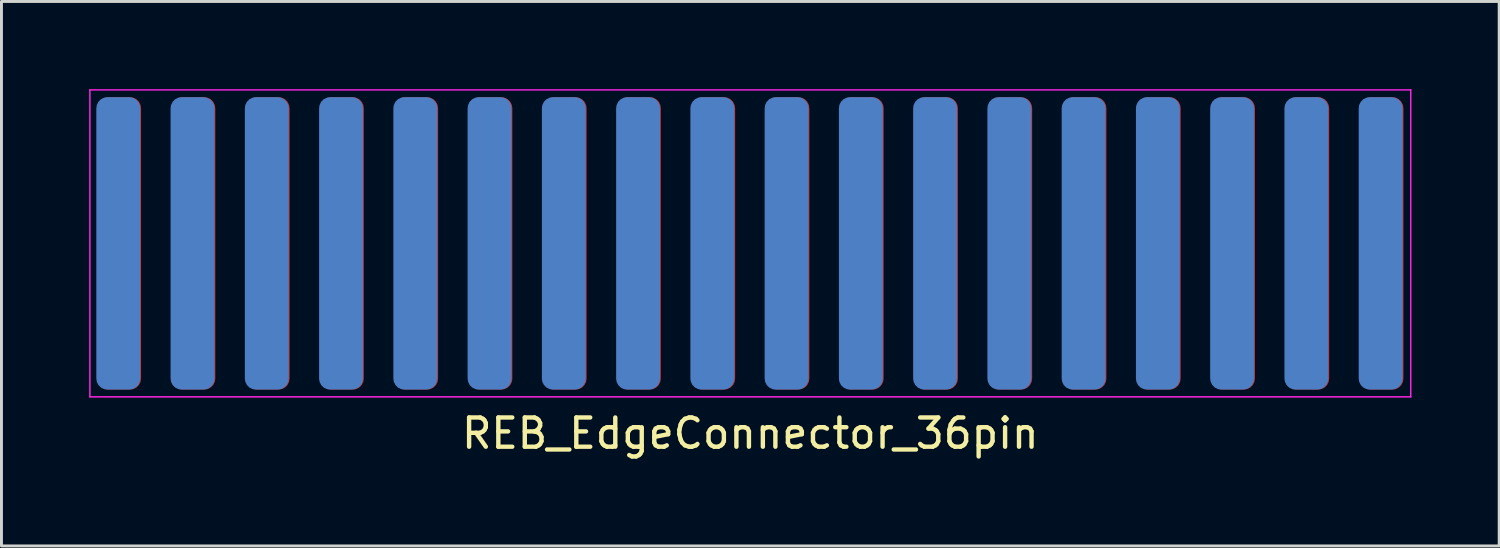
<source format=kicad_pcb>
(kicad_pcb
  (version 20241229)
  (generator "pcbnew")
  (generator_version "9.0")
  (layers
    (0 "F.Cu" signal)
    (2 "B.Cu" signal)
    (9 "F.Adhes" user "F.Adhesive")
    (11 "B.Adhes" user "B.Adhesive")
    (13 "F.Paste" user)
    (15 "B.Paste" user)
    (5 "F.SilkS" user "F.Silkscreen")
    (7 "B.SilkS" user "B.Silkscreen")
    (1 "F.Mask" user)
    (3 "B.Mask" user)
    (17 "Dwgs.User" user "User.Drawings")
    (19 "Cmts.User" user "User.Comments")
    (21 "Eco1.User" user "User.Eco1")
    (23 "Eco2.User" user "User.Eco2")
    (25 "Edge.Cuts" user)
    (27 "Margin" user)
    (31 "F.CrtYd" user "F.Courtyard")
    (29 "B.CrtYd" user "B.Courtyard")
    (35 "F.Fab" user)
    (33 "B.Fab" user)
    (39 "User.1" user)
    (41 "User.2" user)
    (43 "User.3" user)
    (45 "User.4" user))
  (footprint "REB_EdgeConnector_36pin"
    (layer "F.Cu")
    (at 22.615 5.275)
    (property "Reference" "REB_EdgeConnector_36pin" (at 0 6.5 0) (layer "F.SilkS") (effects (font (size 1 1) (thickness 0.15))))
    (fp_line (start -22.59 -5.25) (end 22.59 -5.25) (stroke (width 0.05) (type solid)) (layer "F.CrtYd"))
    (fp_line (start -22.59 5.25) (end -22.59 -5.25) (stroke (width 0.05) (type solid)) (layer "F.CrtYd"))
    (fp_line (start 22.59 -5.25) (end 22.59 5.25) (stroke (width 0.05) (type solid)) (layer "F.CrtYd"))
    (fp_line (start 22.59 5.25) (end -22.59 5.25) (stroke (width 0.05) (type solid)) (layer "F.CrtYd"))
    (pad "1" connect roundrect (at -21.62 0) (size 1.5 10) (layers "B.Cu" "B.Mask") (roundrect_rratio 0.25))
    (pad "2" connect roundrect (at -21.59 0) (size 1.5 10) (layers "F.Cu" "F.Mask") (roundrect_rratio 0.25))
    (pad "3" connect roundrect (at -19.08 0) (size 1.5 10) (layers "B.Cu" "B.Mask") (roundrect_rratio 0.25))
    (pad "4" connect roundrect (at -19.05 0) (size 1.5 10) (layers "F.Cu" "F.Mask") (roundrect_rratio 0.25))
    (pad "5" connect roundrect (at -16.54 0) (size 1.5 10) (layers "B.Cu" "B.Mask") (roundrect_rratio 0.25))
    (pad "6" connect roundrect (at -16.51 0) (size 1.5 10) (layers "F.Cu" "F.Mask") (roundrect_rratio 0.25))
    (pad "7" connect roundrect (at -14 0) (size 1.5 10) (layers "B.Cu" "B.Mask") (roundrect_rratio 0.25))
    (pad "8" connect roundrect (at -13.97 0) (size 1.5 10) (layers "F.Cu" "F.Mask") (roundrect_rratio 0.25))
    (pad "9" connect roundrect (at -11.46 0) (size 1.5 10) (layers "B.Cu" "B.Mask") (roundrect_rratio 0.25))
    (pad "10" connect roundrect (at -11.43 0) (size 1.5 10) (layers "F.Cu" "F.Mask") (roundrect_rratio 0.25))
    (pad "11" connect roundrect (at -8.92 0) (size 1.5 10) (layers "B.Cu" "B.Mask") (roundrect_rratio 0.25))
    (pad "12" connect roundrect (at -8.89 0) (size 1.5 10) (layers "F.Cu" "F.Mask") (roundrect_rratio 0.25))
    (pad "13" connect roundrect (at -6.38 0) (size 1.5 10) (layers "B.Cu" "B.Mask") (roundrect_rratio 0.25))
    (pad "14" connect roundrect (at -6.35 0) (size 1.5 10) (layers "F.Cu" "F.Mask") (roundrect_rratio 0.25))
    (pad "15" connect roundrect (at -3.84 0) (size 1.5 10) (layers "B.Cu" "B.Mask") (roundrect_rratio 0.25))
    (pad "16" connect roundrect (at -3.81 0) (size 1.5 10) (layers "F.Cu" "F.Mask") (roundrect_rratio 0.25))
    (pad "17" connect roundrect (at -1.3 0) (size 1.5 10) (layers "B.Cu" "B.Mask") (roundrect_rratio 0.25))
    (pad "18" connect roundrect (at -1.27 0) (size 1.5 10) (layers "F.Cu" "F.Mask") (roundrect_rratio 0.25))
    (pad "19" connect roundrect (at 1.24 0) (size 1.5 10) (layers "B.Cu" "B.Mask") (roundrect_rratio 0.25))
    (pad "20" connect roundrect (at 1.27 0) (size 1.5 10) (layers "F.Cu" "F.Mask") (roundrect_rratio 0.25))
    (pad "21" connect roundrect (at 3.78 0) (size 1.5 10) (layers "B.Cu" "B.Mask") (roundrect_rratio 0.25))
    (pad "22" connect roundrect (at 3.81 0) (size 1.5 10) (layers "F.Cu" "F.Mask") (roundrect_rratio 0.25))
    (pad "23" connect roundrect (at 6.32 0) (size 1.5 10) (layers "B.Cu" "B.Mask") (roundrect_rratio 0.25))
    (pad "24" connect roundrect (at 6.35 0) (size 1.5 10) (layers "F.Cu" "F.Mask") (roundrect_rratio 0.25))
    (pad "25" connect roundrect (at 8.86 0) (size 1.5 10) (layers "B.Cu" "B.Mask") (roundrect_rratio 0.25))
    (pad "26" connect roundrect (at 8.89 0) (size 1.5 10) (layers "F.Cu" "F.Mask") (roundrect_rratio 0.25))
    (pad "27" connect roundrect (at 11.4 0) (size 1.5 10) (layers "B.Cu" "B.Mask") (roundrect_rratio 0.25))
    (pad "28" connect roundrect (at 11.43 0) (size 1.5 10) (layers "F.Cu" "F.Mask") (roundrect_rratio 0.25))
    (pad "29" connect roundrect (at 13.94 0) (size 1.5 10) (layers "B.Cu" "B.Mask") (roundrect_rratio 0.25))
    (pad "30" connect roundrect (at 13.97 0) (size 1.5 10) (layers "F.Cu" "F.Mask") (roundrect_rratio 0.25))
    (pad "31" connect roundrect (at 16.48 0) (size 1.5 10) (layers "B.Cu" "B.Mask") (roundrect_rratio 0.25))
    (pad "32" connect roundrect (at 16.51 0) (size 1.5 10) (layers "F.Cu" "F.Mask") (roundrect_rratio 0.25))
    (pad "33" connect roundrect (at 19.02 0) (size 1.5 10) (layers "B.Cu" "B.Mask") (roundrect_rratio 0.25))
    (pad "34" connect roundrect (at 19.05 0) (size 1.5 10) (layers "F.Cu" "F.Mask") (roundrect_rratio 0.25))
    (pad "35" connect roundrect (at 21.56 0) (size 1.5 10) (layers "B.Cu" "B.Mask") (roundrect_rratio 0.25))
    (pad "36" connect roundrect (at 21.59 0) (size 1.5 10) (layers "F.Cu" "F.Mask") (roundrect_rratio 0.25)))
  (gr_rect
    (start -3 -3)
    (end 48.23 15.623)
    (stroke (width 0.1) (type default))
    (fill no)
    (layer "Edge.Cuts")))
</source>
